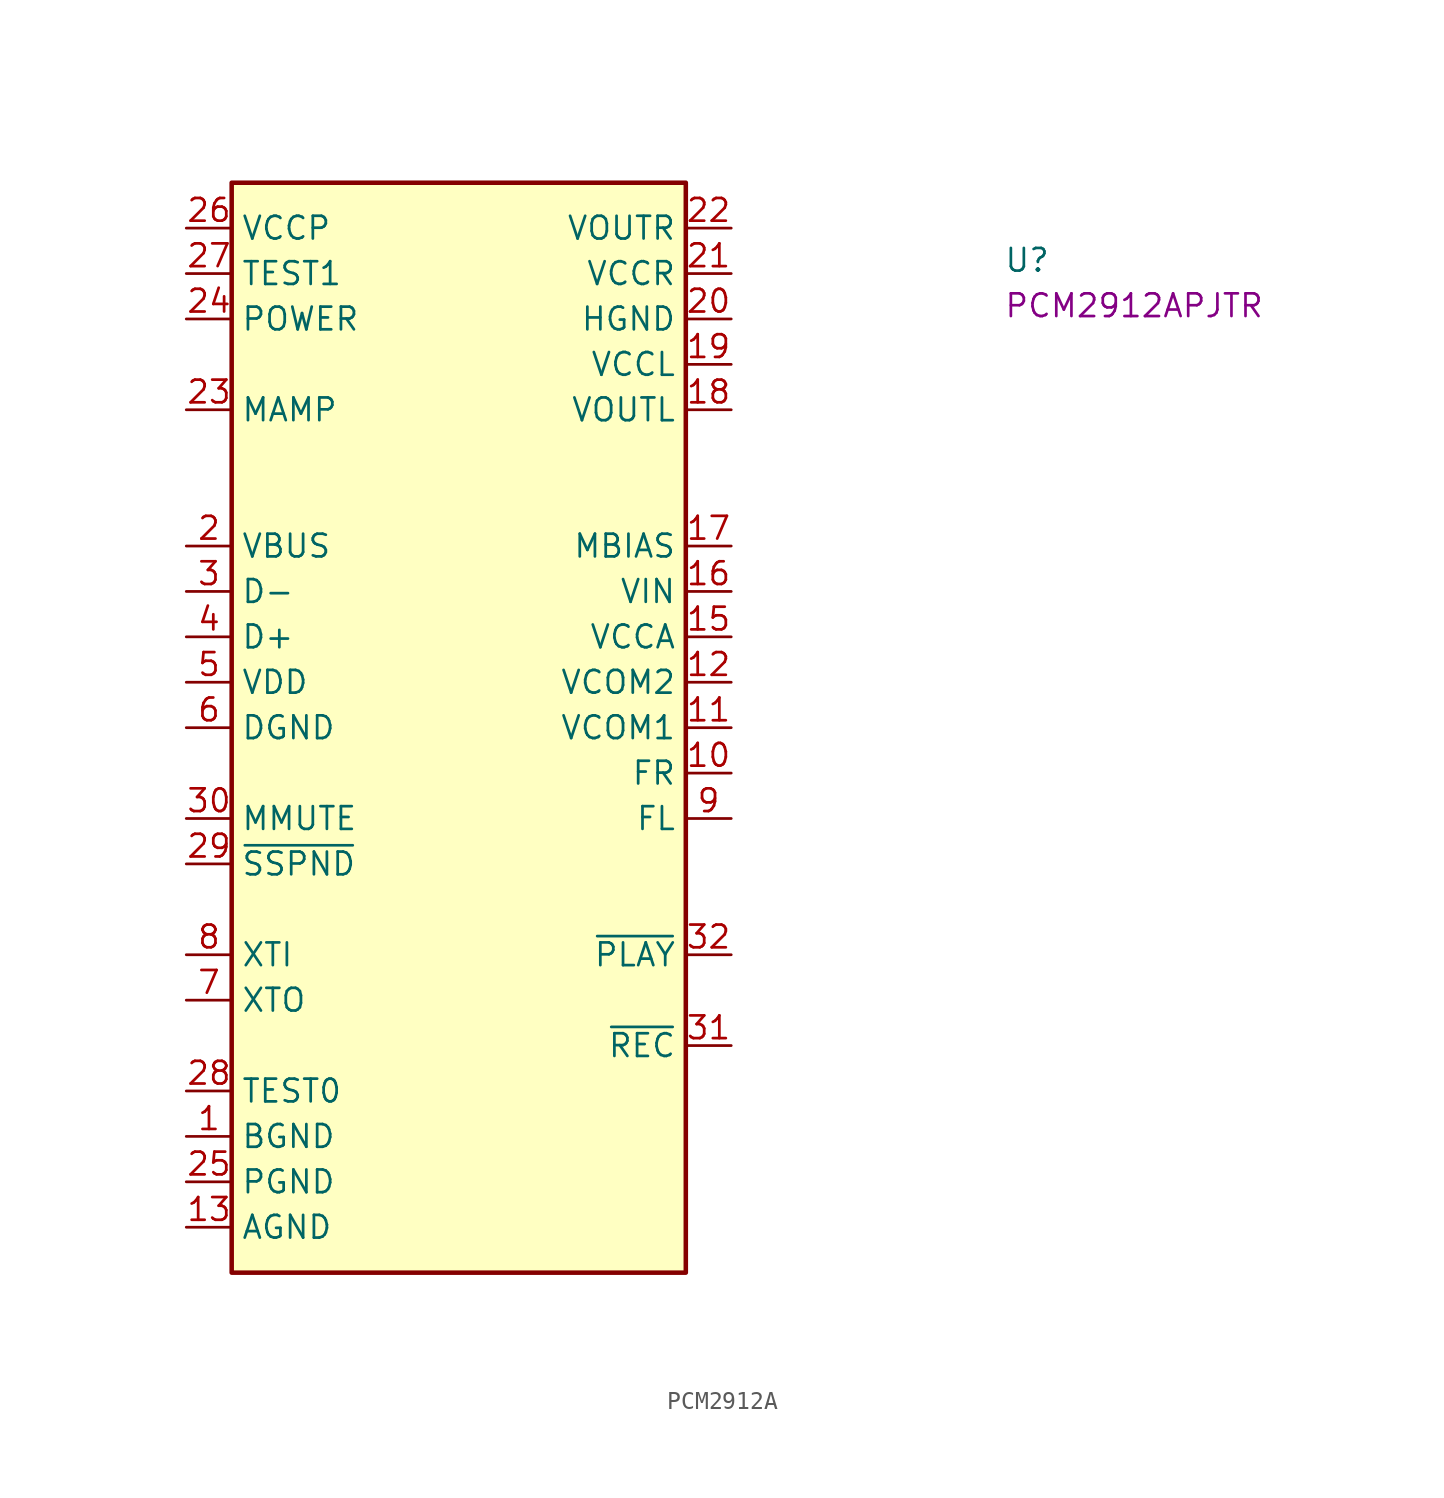
<source format=kicad_sym>
(kicad_symbol_lib
  (version 20220914)
  (generator kicad_symbol_editor)
  (symbol "PCM2912A"
    (property "Reference" "U"
      (at 45.72 -2.54 0)
      (effects (font (size 1.27 1.27) (thickness 0.15)) (justify left bottom)))
    (property "MPN" "PCM2912APJTR"
      (at 45.72 -5.08 0)
      (effects (font (size 1.27 1.27) (thickness 0.15)) (justify left bottom)))
    (symbol "PCM2912A_1_0"
      (pin no_connect line (at 27.94 -36.83 180) (length 2.54) hide (name "NC" (effects (font (size 1.27 1.27)))) (number "14" (effects (font (size 1.27 1.27))))))
    (symbol "PCM2912A_1_1"
      (rectangle (start 2.54 2.54) (end 27.94 -58.42) (stroke (width 0.254) (type default)) (fill (type background)))
      (pin power_in line (at 0 -50.8 0) (length 2.54) (name "BGND" (effects (font (size 1.27 1.27)))) (number "1" (effects (font (size 1.27 1.27)))))
      (pin passive line (at 30.48 -30.48 180) (length 2.54) (name "FR" (effects (font (size 1.27 1.27)))) (number "10" (effects (font (size 1.27 1.27)))))
      (pin passive line (at 30.48 -27.94 180) (length 2.54) (name "VCOM1" (effects (font (size 1.27 1.27)))) (number "11" (effects (font (size 1.27 1.27)))))
      (pin passive line (at 30.48 -25.4 180) (length 2.54) (name "VCOM2" (effects (font (size 1.27 1.27)))) (number "12" (effects (font (size 1.27 1.27)))))
      (pin power_in line (at 0 -55.88 0) (length 2.54) (name "AGND" (effects (font (size 1.27 1.27)))) (number "13" (effects (font (size 1.27 1.27)))))
      (pin passive line (at 30.48 -22.86 180) (length 2.54) (name "VCCA" (effects (font (size 1.27 1.27)))) (number "15" (effects (font (size 1.27 1.27)))))
      (pin passive line (at 30.48 -20.32 180) (length 2.54) (name "VIN" (effects (font (size 1.27 1.27)))) (number "16" (effects (font (size 1.27 1.27)))))
      (pin passive line (at 30.48 -17.78 180) (length 2.54) (name "MBIAS" (effects (font (size 1.27 1.27)))) (number "17" (effects (font (size 1.27 1.27)))))
      (pin passive line (at 30.48 -10.16 180) (length 2.54) (name "VOUTL" (effects (font (size 1.27 1.27)))) (number "18" (effects (font (size 1.27 1.27)))))
      (pin passive line (at 30.48 -7.62 180) (length 2.54) (name "VCCL" (effects (font (size 1.27 1.27)))) (number "19" (effects (font (size 1.27 1.27)))))
      (pin power_in line (at 0 -17.78 0) (length 2.54) (name "VBUS" (effects (font (size 1.27 1.27)))) (number "2" (effects (font (size 1.27 1.27)))))
      (pin power_in line (at 30.48 -5.08 180) (length 2.54) (name "HGND" (effects (font (size 1.27 1.27)))) (number "20" (effects (font (size 1.27 1.27)))))
      (pin passive line (at 30.48 -2.54 180) (length 2.54) (name "VCCR" (effects (font (size 1.27 1.27)))) (number "21" (effects (font (size 1.27 1.27)))))
      (pin passive line (at 30.48 0 180) (length 2.54) (name "VOUTR" (effects (font (size 1.27 1.27)))) (number "22" (effects (font (size 1.27 1.27)))))
      (pin passive line (at 0 -10.16 0) (length 2.54) (name "MAMP" (effects (font (size 1.27 1.27)))) (number "23" (effects (font (size 1.27 1.27)))))
      (pin passive line (at 0 -5.08 0) (length 2.54) (name "POWER" (effects (font (size 1.27 1.27)))) (number "24" (effects (font (size 1.27 1.27)))))
      (pin power_in line (at 0 -53.34 0) (length 2.54) (name "PGND" (effects (font (size 1.27 1.27)))) (number "25" (effects (font (size 1.27 1.27)))))
      (pin power_in line (at 0 0 0) (length 2.54) (name "VCCP" (effects (font (size 1.27 1.27)))) (number "26" (effects (font (size 1.27 1.27)))))
      (pin passive line (at 0 -2.54 0) (length 2.54) (name "TEST1" (effects (font (size 1.27 1.27)))) (number "27" (effects (font (size 1.27 1.27)))))
      (pin passive line (at 0 -48.26 0) (length 2.54) (name "TEST0" (effects (font (size 1.27 1.27)))) (number "28" (effects (font (size 1.27 1.27)))))
      (pin passive line (at 0 -35.56 0) (length 2.54) (name "~{SSPND}" (effects (font (size 1.27 1.27)))) (number "29" (effects (font (size 1.27 1.27)))))
      (pin passive line (at 0 -20.32 0) (length 2.54) (name "D-" (effects (font (size 1.27 1.27)))) (number "3" (effects (font (size 1.27 1.27)))))
      (pin passive line (at 0 -33.02 0) (length 2.54) (name "MMUTE" (effects (font (size 1.27 1.27)))) (number "30" (effects (font (size 1.27 1.27)))))
      (pin passive line (at 30.48 -45.72 180) (length 2.54) (name "~{REC}" (effects (font (size 1.27 1.27)))) (number "31" (effects (font (size 1.27 1.27)))))
      (pin passive line (at 30.48 -40.64 180) (length 2.54) (name "~{PLAY}" (effects (font (size 1.27 1.27)))) (number "32" (effects (font (size 1.27 1.27)))))
      (pin passive line (at 0 -22.86 0) (length 2.54) (name "D+" (effects (font (size 1.27 1.27)))) (number "4" (effects (font (size 1.27 1.27)))))
      (pin power_in line (at 0 -25.4 0) (length 2.54) (name "VDD" (effects (font (size 1.27 1.27)))) (number "5" (effects (font (size 1.27 1.27)))))
      (pin power_in line (at 0 -27.94 0) (length 2.54) (name "DGND" (effects (font (size 1.27 1.27)))) (number "6" (effects (font (size 1.27 1.27)))))
      (pin passive line (at 0 -43.18 0) (length 2.54) (name "XTO" (effects (font (size 1.27 1.27)))) (number "7" (effects (font (size 1.27 1.27)))))
      (pin passive line (at 0 -40.64 0) (length 2.54) (name "XTI" (effects (font (size 1.27 1.27)))) (number "8" (effects (font (size 1.27 1.27)))))
      (pin passive line (at 30.48 -33.02 180) (length 2.54) (name "FL" (effects (font (size 1.27 1.27)))) (number "9" (effects (font (size 1.27 1.27))))))))
</source>
